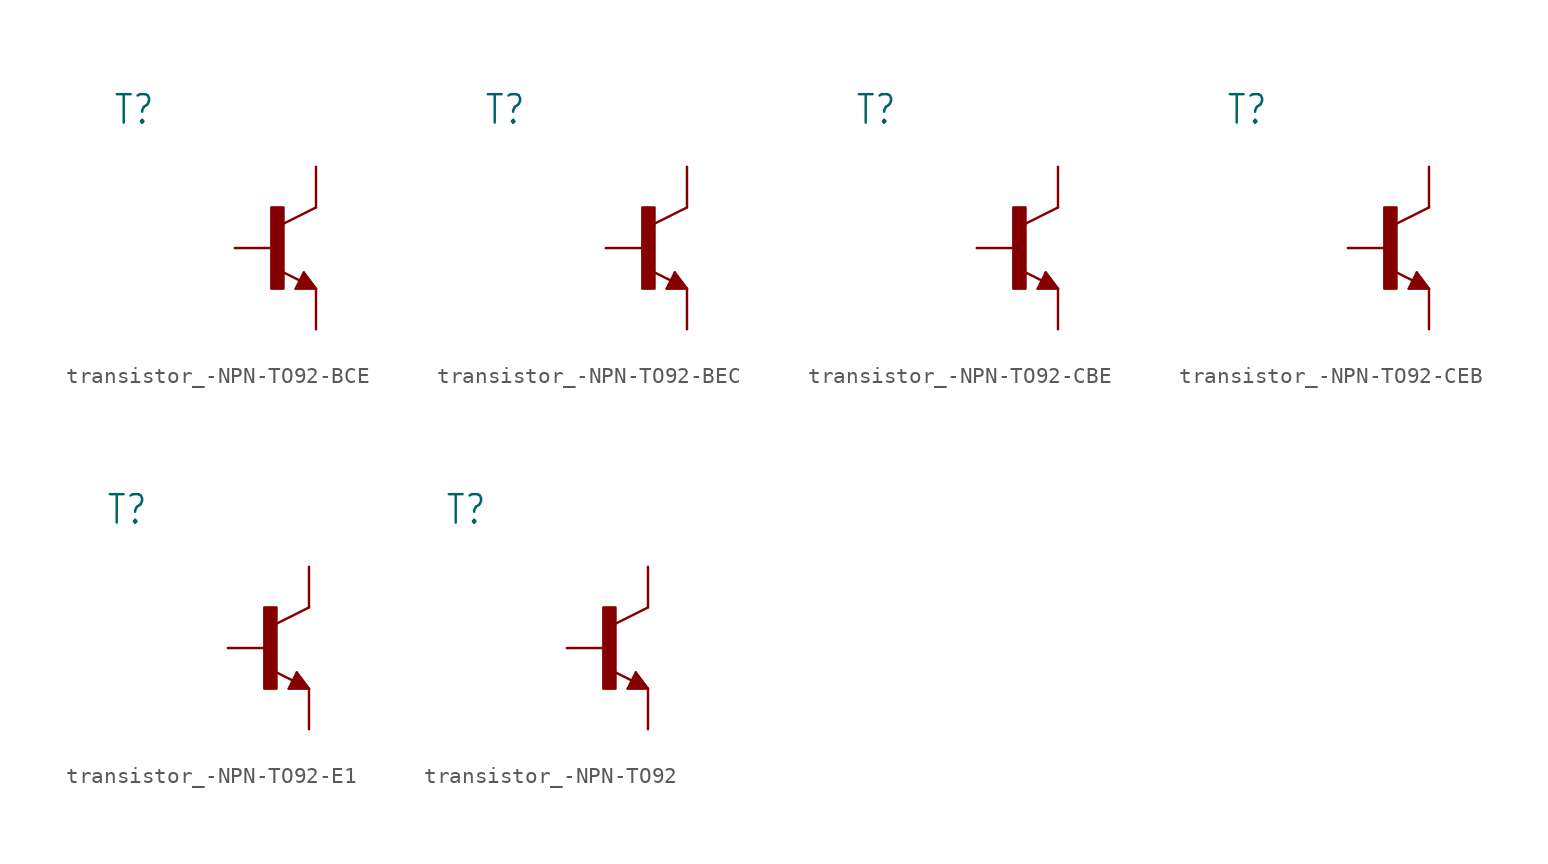
<source format=kicad_sym>
(kicad_symbol_lib
  (version 20241209)
  (generator "kicad_symbol_editor")
  (generator_version "9.0")
  (symbol "transistor_-NPN-TO92-BCE"
    (property "Reference" "T"
      (at -10.16 7.62 0)
      (effects (font (size 1.778 1.511)) (justify left bottom)))
    (property "Value" ""
      (at -10.16 5.08 0)
      (effects (font (size 1.778 1.511)) (justify left bottom)))
    (property "ki_locked" ""
      (at 0 0 0)
      (effects (font (size 1.27 1.27))))
    (symbol "transistor_-NPN-TO92-BCE_1_0"
      (rectangle (start -0.254 -2.54) (end 0.508 2.54) (stroke (width 0) (type default)) (fill (type outline)))
      (polyline (pts (xy 1.27 -2.54) (xy 1.778 -1.524)) (stroke (width 0.152) (type solid)) (fill (type none)))
      (polyline (pts (xy 1.524 -2.286) (xy 1.905 -2.286)) (stroke (width 0.254) (type solid)) (fill (type none)))
      (polyline (pts (xy 1.524 -2.413) (xy 2.286 -2.413)) (stroke (width 0.254) (type solid)) (fill (type none)))
      (polyline (pts (xy 1.54 -2.04) (xy 0.308 -1.424)) (stroke (width 0.152) (type solid)) (fill (type none)))
      (polyline (pts (xy 1.778 -1.524) (xy 2.54 -2.54)) (stroke (width 0.152) (type solid)) (fill (type none)))
      (polyline (pts (xy 1.778 -1.778) (xy 1.524 -2.286)) (stroke (width 0.254) (type solid)) (fill (type none)))
      (polyline (pts (xy 1.905 -2.286) (xy 1.778 -2.032)) (stroke (width 0.254) (type solid)) (fill (type none)))
      (polyline (pts (xy 2.286 -2.413) (xy 1.778 -1.778)) (stroke (width 0.254) (type solid)) (fill (type none)))
      (polyline (pts (xy 2.54 2.54) (xy 0.508 1.524)) (stroke (width 0.152) (type solid)) (fill (type none)))
      (polyline (pts (xy 2.54 -2.54) (xy 1.27 -2.54)) (stroke (width 0.152) (type solid)) (fill (type none)))
      (pin passive line (at -2.54 0 0) (length 2.54) (name "B" (effects (font (size 0 0)))) (number "B" (effects (font (size 0 0)))))
      (pin passive line (at 2.54 5.08 270) (length 2.54) (name "C" (effects (font (size 0 0)))) (number "C" (effects (font (size 0 0)))))
      (pin passive line (at 2.54 -5.08 90) (length 2.54) (name "E" (effects (font (size 0 0)))) (number "E" (effects (font (size 0 0)))))))
  (symbol "transistor_-NPN-TO92-BEC"
    (property "Reference" "T"
      (at -10.16 7.62 0)
      (effects (font (size 1.778 1.511)) (justify left bottom)))
    (property "Value" ""
      (at -10.16 5.08 0)
      (effects (font (size 1.778 1.511)) (justify left bottom)))
    (property "ki_locked" ""
      (at 0 0 0)
      (effects (font (size 1.27 1.27))))
    (symbol "transistor_-NPN-TO92-BEC_1_0"
      (rectangle (start -0.254 -2.54) (end 0.508 2.54) (stroke (width 0) (type default)) (fill (type outline)))
      (polyline (pts (xy 1.27 -2.54) (xy 1.778 -1.524)) (stroke (width 0.152) (type solid)) (fill (type none)))
      (polyline (pts (xy 1.524 -2.286) (xy 1.905 -2.286)) (stroke (width 0.254) (type solid)) (fill (type none)))
      (polyline (pts (xy 1.524 -2.413) (xy 2.286 -2.413)) (stroke (width 0.254) (type solid)) (fill (type none)))
      (polyline (pts (xy 1.54 -2.04) (xy 0.308 -1.424)) (stroke (width 0.152) (type solid)) (fill (type none)))
      (polyline (pts (xy 1.778 -1.524) (xy 2.54 -2.54)) (stroke (width 0.152) (type solid)) (fill (type none)))
      (polyline (pts (xy 1.778 -1.778) (xy 1.524 -2.286)) (stroke (width 0.254) (type solid)) (fill (type none)))
      (polyline (pts (xy 1.905 -2.286) (xy 1.778 -2.032)) (stroke (width 0.254) (type solid)) (fill (type none)))
      (polyline (pts (xy 2.286 -2.413) (xy 1.778 -1.778)) (stroke (width 0.254) (type solid)) (fill (type none)))
      (polyline (pts (xy 2.54 2.54) (xy 0.508 1.524)) (stroke (width 0.152) (type solid)) (fill (type none)))
      (polyline (pts (xy 2.54 -2.54) (xy 1.27 -2.54)) (stroke (width 0.152) (type solid)) (fill (type none)))
      (pin passive line (at -2.54 0 0) (length 2.54) (name "B" (effects (font (size 0 0)))) (number "B" (effects (font (size 0 0)))))
      (pin passive line (at 2.54 5.08 270) (length 2.54) (name "C" (effects (font (size 0 0)))) (number "C" (effects (font (size 0 0)))))
      (pin passive line (at 2.54 -5.08 90) (length 2.54) (name "E" (effects (font (size 0 0)))) (number "E" (effects (font (size 0 0)))))))
  (symbol "transistor_-NPN-TO92-CBE"
    (property "Reference" "T"
      (at -10.16 7.62 0)
      (effects (font (size 1.778 1.511)) (justify left bottom)))
    (property "Value" ""
      (at -10.16 5.08 0)
      (effects (font (size 1.778 1.511)) (justify left bottom)))
    (property "ki_locked" ""
      (at 0 0 0)
      (effects (font (size 1.27 1.27))))
    (symbol "transistor_-NPN-TO92-CBE_1_0"
      (rectangle (start -0.254 -2.54) (end 0.508 2.54) (stroke (width 0) (type default)) (fill (type outline)))
      (polyline (pts (xy 1.27 -2.54) (xy 1.778 -1.524)) (stroke (width 0.152) (type solid)) (fill (type none)))
      (polyline (pts (xy 1.524 -2.286) (xy 1.905 -2.286)) (stroke (width 0.254) (type solid)) (fill (type none)))
      (polyline (pts (xy 1.524 -2.413) (xy 2.286 -2.413)) (stroke (width 0.254) (type solid)) (fill (type none)))
      (polyline (pts (xy 1.54 -2.04) (xy 0.308 -1.424)) (stroke (width 0.152) (type solid)) (fill (type none)))
      (polyline (pts (xy 1.778 -1.524) (xy 2.54 -2.54)) (stroke (width 0.152) (type solid)) (fill (type none)))
      (polyline (pts (xy 1.778 -1.778) (xy 1.524 -2.286)) (stroke (width 0.254) (type solid)) (fill (type none)))
      (polyline (pts (xy 1.905 -2.286) (xy 1.778 -2.032)) (stroke (width 0.254) (type solid)) (fill (type none)))
      (polyline (pts (xy 2.286 -2.413) (xy 1.778 -1.778)) (stroke (width 0.254) (type solid)) (fill (type none)))
      (polyline (pts (xy 2.54 2.54) (xy 0.508 1.524)) (stroke (width 0.152) (type solid)) (fill (type none)))
      (polyline (pts (xy 2.54 -2.54) (xy 1.27 -2.54)) (stroke (width 0.152) (type solid)) (fill (type none)))
      (pin passive line (at -2.54 0 0) (length 2.54) (name "B" (effects (font (size 0 0)))) (number "B" (effects (font (size 0 0)))))
      (pin passive line (at 2.54 5.08 270) (length 2.54) (name "C" (effects (font (size 0 0)))) (number "C" (effects (font (size 0 0)))))
      (pin passive line (at 2.54 -5.08 90) (length 2.54) (name "E" (effects (font (size 0 0)))) (number "E" (effects (font (size 0 0)))))))
  (symbol "transistor_-NPN-TO92-CEB"
    (property "Reference" "T"
      (at -10.16 7.62 0)
      (effects (font (size 1.778 1.511)) (justify left bottom)))
    (property "Value" ""
      (at -10.16 5.08 0)
      (effects (font (size 1.778 1.511)) (justify left bottom)))
    (property "ki_locked" ""
      (at 0 0 0)
      (effects (font (size 1.27 1.27))))
    (symbol "transistor_-NPN-TO92-CEB_1_0"
      (rectangle (start -0.254 -2.54) (end 0.508 2.54) (stroke (width 0) (type default)) (fill (type outline)))
      (polyline (pts (xy 1.27 -2.54) (xy 1.778 -1.524)) (stroke (width 0.152) (type solid)) (fill (type none)))
      (polyline (pts (xy 1.524 -2.286) (xy 1.905 -2.286)) (stroke (width 0.254) (type solid)) (fill (type none)))
      (polyline (pts (xy 1.524 -2.413) (xy 2.286 -2.413)) (stroke (width 0.254) (type solid)) (fill (type none)))
      (polyline (pts (xy 1.54 -2.04) (xy 0.308 -1.424)) (stroke (width 0.152) (type solid)) (fill (type none)))
      (polyline (pts (xy 1.778 -1.524) (xy 2.54 -2.54)) (stroke (width 0.152) (type solid)) (fill (type none)))
      (polyline (pts (xy 1.778 -1.778) (xy 1.524 -2.286)) (stroke (width 0.254) (type solid)) (fill (type none)))
      (polyline (pts (xy 1.905 -2.286) (xy 1.778 -2.032)) (stroke (width 0.254) (type solid)) (fill (type none)))
      (polyline (pts (xy 2.286 -2.413) (xy 1.778 -1.778)) (stroke (width 0.254) (type solid)) (fill (type none)))
      (polyline (pts (xy 2.54 2.54) (xy 0.508 1.524)) (stroke (width 0.152) (type solid)) (fill (type none)))
      (polyline (pts (xy 2.54 -2.54) (xy 1.27 -2.54)) (stroke (width 0.152) (type solid)) (fill (type none)))
      (pin passive line (at -2.54 0 0) (length 2.54) (name "B" (effects (font (size 0 0)))) (number "B" (effects (font (size 0 0)))))
      (pin passive line (at 2.54 5.08 270) (length 2.54) (name "C" (effects (font (size 0 0)))) (number "C" (effects (font (size 0 0)))))
      (pin passive line (at 2.54 -5.08 90) (length 2.54) (name "E" (effects (font (size 0 0)))) (number "E" (effects (font (size 0 0)))))))
  (symbol "transistor_-NPN-TO92-E1"
    (property "Reference" "T"
      (at -10.16 7.62 0)
      (effects (font (size 1.778 1.511)) (justify left bottom)))
    (property "Value" ""
      (at -10.16 5.08 0)
      (effects (font (size 1.778 1.511)) (justify left bottom)))
    (property "ki_locked" ""
      (at 0 0 0)
      (effects (font (size 1.27 1.27))))
    (symbol "transistor_-NPN-TO92-E1_1_0"
      (rectangle (start -0.254 -2.54) (end 0.508 2.54) (stroke (width 0) (type default)) (fill (type outline)))
      (polyline (pts (xy 1.27 -2.54) (xy 1.778 -1.524)) (stroke (width 0.152) (type solid)) (fill (type none)))
      (polyline (pts (xy 1.524 -2.286) (xy 1.905 -2.286)) (stroke (width 0.254) (type solid)) (fill (type none)))
      (polyline (pts (xy 1.524 -2.413) (xy 2.286 -2.413)) (stroke (width 0.254) (type solid)) (fill (type none)))
      (polyline (pts (xy 1.54 -2.04) (xy 0.308 -1.424)) (stroke (width 0.152) (type solid)) (fill (type none)))
      (polyline (pts (xy 1.778 -1.524) (xy 2.54 -2.54)) (stroke (width 0.152) (type solid)) (fill (type none)))
      (polyline (pts (xy 1.778 -1.778) (xy 1.524 -2.286)) (stroke (width 0.254) (type solid)) (fill (type none)))
      (polyline (pts (xy 1.905 -2.286) (xy 1.778 -2.032)) (stroke (width 0.254) (type solid)) (fill (type none)))
      (polyline (pts (xy 2.286 -2.413) (xy 1.778 -1.778)) (stroke (width 0.254) (type solid)) (fill (type none)))
      (polyline (pts (xy 2.54 2.54) (xy 0.508 1.524)) (stroke (width 0.152) (type solid)) (fill (type none)))
      (polyline (pts (xy 2.54 -2.54) (xy 1.27 -2.54)) (stroke (width 0.152) (type solid)) (fill (type none)))
      (pin passive line (at -2.54 0 0) (length 2.54) (name "B" (effects (font (size 0 0)))) (number "2" (effects (font (size 0 0)))))
      (pin passive line (at 2.54 5.08 270) (length 2.54) (name "C" (effects (font (size 0 0)))) (number "1" (effects (font (size 0 0)))))
      (pin passive line (at 2.54 -5.08 90) (length 2.54) (name "E" (effects (font (size 0 0)))) (number "3" (effects (font (size 0 0)))))))
  (symbol "transistor_-NPN-TO92"
    (property "Reference" "T"
      (at -10.16 7.62 0)
      (effects (font (size 1.778 1.511)) (justify left bottom)))
    (property "Value" ""
      (at -10.16 5.08 0)
      (effects (font (size 1.778 1.511)) (justify left bottom)))
    (property "ki_locked" ""
      (at 0 0 0)
      (effects (font (size 1.27 1.27))))
    (symbol "transistor_-NPN-TO92_1_0"
      (rectangle (start -0.254 -2.54) (end 0.508 2.54) (stroke (width 0) (type default)) (fill (type outline)))
      (polyline (pts (xy 1.27 -2.54) (xy 1.778 -1.524)) (stroke (width 0.152) (type solid)) (fill (type none)))
      (polyline (pts (xy 1.524 -2.286) (xy 1.905 -2.286)) (stroke (width 0.254) (type solid)) (fill (type none)))
      (polyline (pts (xy 1.524 -2.413) (xy 2.286 -2.413)) (stroke (width 0.254) (type solid)) (fill (type none)))
      (polyline (pts (xy 1.54 -2.04) (xy 0.308 -1.424)) (stroke (width 0.152) (type solid)) (fill (type none)))
      (polyline (pts (xy 1.778 -1.524) (xy 2.54 -2.54)) (stroke (width 0.152) (type solid)) (fill (type none)))
      (polyline (pts (xy 1.778 -1.778) (xy 1.524 -2.286)) (stroke (width 0.254) (type solid)) (fill (type none)))
      (polyline (pts (xy 1.905 -2.286) (xy 1.778 -2.032)) (stroke (width 0.254) (type solid)) (fill (type none)))
      (polyline (pts (xy 2.286 -2.413) (xy 1.778 -1.778)) (stroke (width 0.254) (type solid)) (fill (type none)))
      (polyline (pts (xy 2.54 2.54) (xy 0.508 1.524)) (stroke (width 0.152) (type solid)) (fill (type none)))
      (polyline (pts (xy 2.54 -2.54) (xy 1.27 -2.54)) (stroke (width 0.152) (type solid)) (fill (type none)))
      (pin passive line (at -2.54 0 0) (length 2.54) (name "B" (effects (font (size 0 0)))) (number "2" (effects (font (size 0 0)))))
      (pin passive line (at 2.54 5.08 270) (length 2.54) (name "C" (effects (font (size 0 0)))) (number "3" (effects (font (size 0 0)))))
      (pin passive line (at 2.54 -5.08 90) (length 2.54) (name "E" (effects (font (size 0 0)))) (number "1" (effects (font (size 0 0))))))))
</source>
